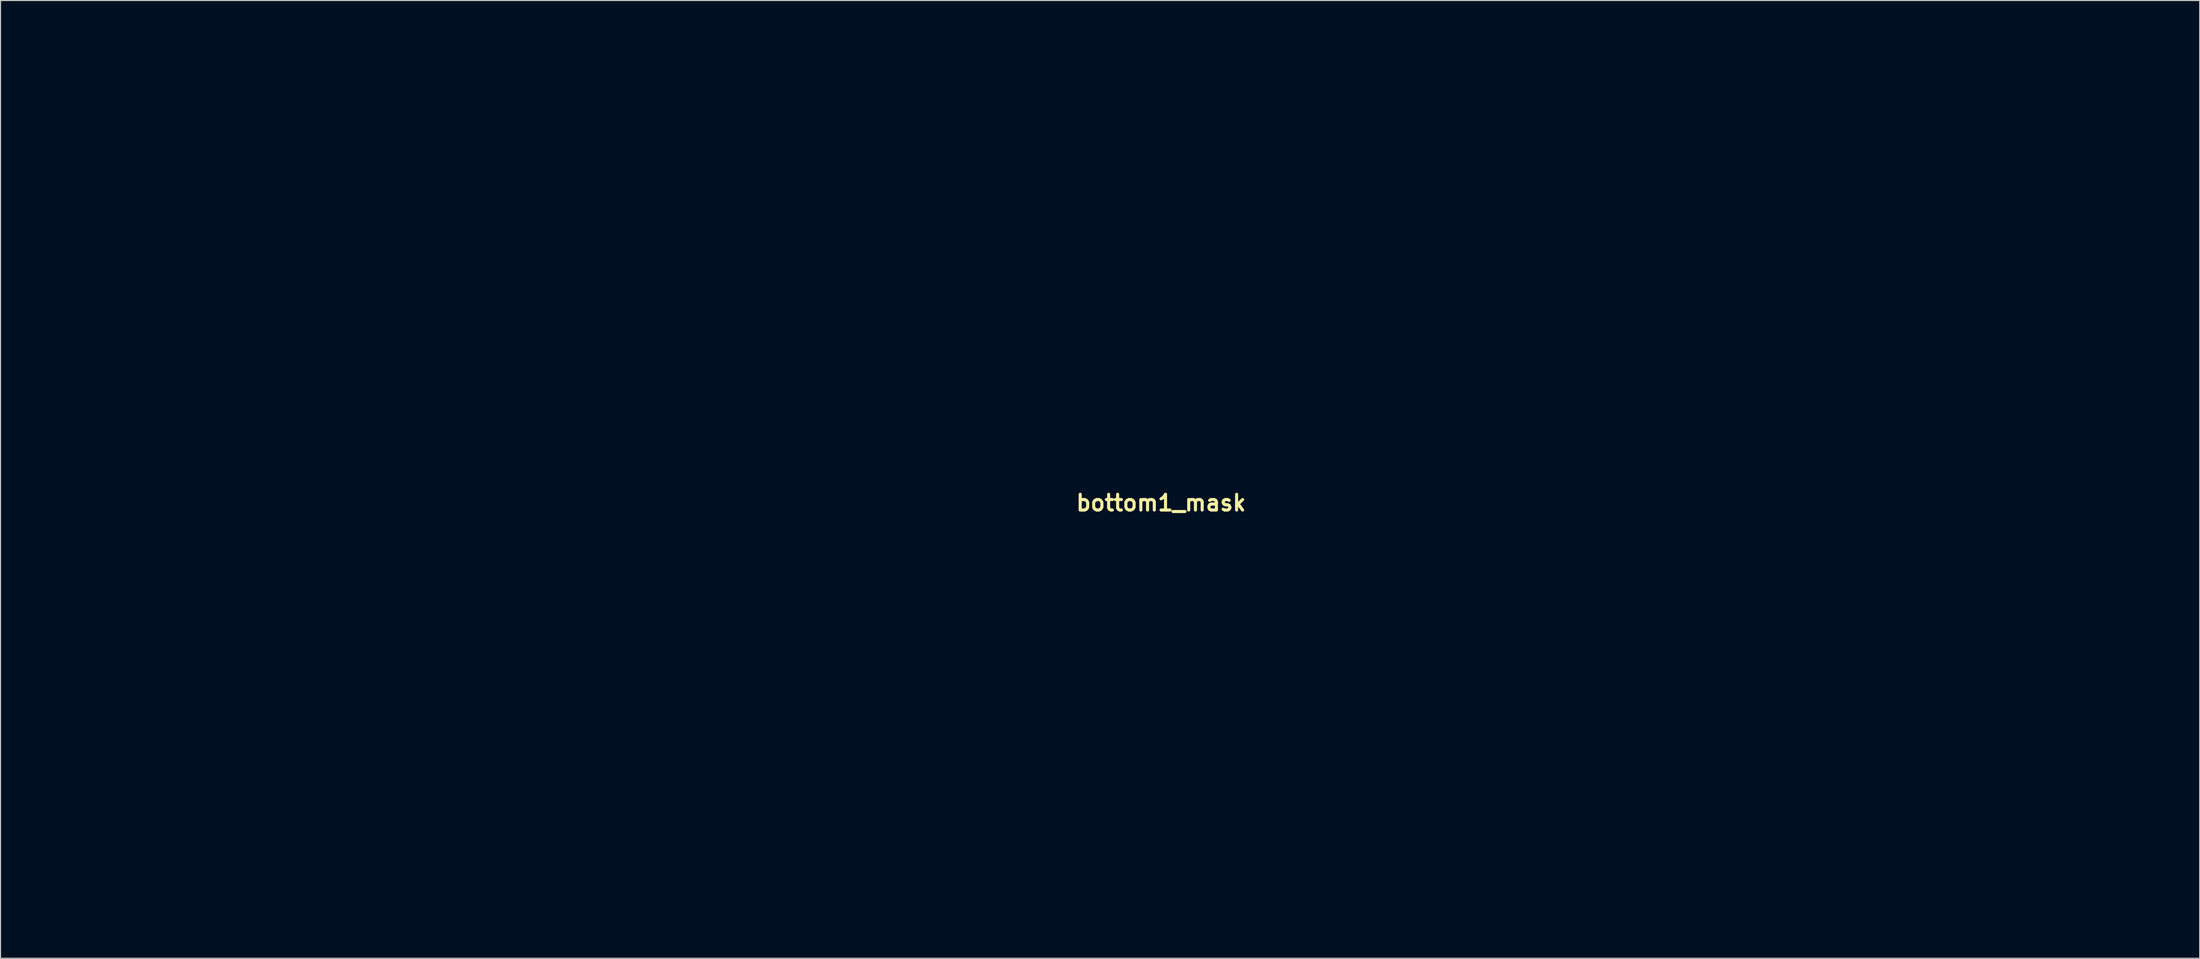
<source format=kicad_pcb>
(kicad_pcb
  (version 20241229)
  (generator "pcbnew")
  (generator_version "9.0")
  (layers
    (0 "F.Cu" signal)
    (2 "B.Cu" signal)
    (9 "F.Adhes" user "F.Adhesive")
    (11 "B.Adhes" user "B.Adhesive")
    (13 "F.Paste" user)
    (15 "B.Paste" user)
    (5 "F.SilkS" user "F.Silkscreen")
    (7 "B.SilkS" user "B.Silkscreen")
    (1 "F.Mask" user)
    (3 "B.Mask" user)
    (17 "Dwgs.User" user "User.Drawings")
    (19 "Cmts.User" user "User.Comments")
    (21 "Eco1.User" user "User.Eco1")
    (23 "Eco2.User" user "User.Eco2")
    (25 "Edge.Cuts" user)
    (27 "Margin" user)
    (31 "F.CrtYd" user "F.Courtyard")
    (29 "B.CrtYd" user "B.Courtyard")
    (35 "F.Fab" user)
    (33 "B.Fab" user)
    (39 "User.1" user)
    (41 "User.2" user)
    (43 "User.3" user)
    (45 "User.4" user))
  (footprint "bottom1_mask"
    (layer "F.Cu")
    (at 109.535 45.72)
    (property "Reference" "bottom1_mask" (at 0 0 0) (layer "F.SilkS") (effects (font (size 1.524 1.524) (thickness 0.3))))
    (attr through_hole)
    (fp_poly (pts (xy -56.387 -30.156) (xy -56.016 -30.066) (xy -55.678 -29.924) (xy -55.378 -29.732) (xy -55.124 -29.494) (xy -54.92 -29.211) (xy -54.919 -29.209) (xy -54.803 -28.944) (xy -54.734 -28.643) (xy -54.715 -28.325) (xy -54.747 -28.01) (xy -54.781 -27.869) (xy -54.829 -27.714) (xy -54.903 -27.503) (xy -55 -27.242) (xy -55.115 -26.94) (xy -55.246 -26.605) (xy -55.391 -26.243) (xy -55.545 -25.863) (xy -55.706 -25.472) (xy -55.87 -25.078) (xy -56.035 -24.689) (xy -56.197 -24.313) (xy -56.354 -23.957) (xy -56.355 -23.956) (xy -56.444 -23.755) (xy -56.536 -23.552) (xy -56.63 -23.346) (xy -56.728 -23.132) (xy -56.832 -22.908) (xy -56.943 -22.672) (xy -57.063 -22.421) (xy -57.192 -22.152) (xy -57.331 -21.861) (xy -57.484 -21.548) (xy -57.649 -21.208) (xy -57.83 -20.839) (xy -58.028 -20.438) (xy -58.243 -20.003) (xy -58.477 -19.53) (xy -58.731 -19.018) (xy -59.007 -18.462) (xy -59.307 -17.862) (xy -59.63 -17.213) (xy -59.98 -16.512) (xy -60.357 -15.759) (xy -60.762 -14.948) (xy -61.197 -14.078) (xy -61.366 -13.741) (xy -61.804 -12.867) (xy -62.212 -12.052) (xy -62.592 -11.293) (xy -62.945 -10.586) (xy -63.274 -9.927) (xy -63.581 -9.313) (xy -63.867 -8.741) (xy -64.134 -8.205) (xy -64.383 -7.703) (xy -64.617 -7.231) (xy -64.838 -6.786) (xy -65.046 -6.363) (xy -65.244 -5.959) (xy -65.435 -5.57) (xy -65.618 -5.193) (xy -65.797 -4.824) (xy -65.973 -4.459) (xy -66.148 -4.094) (xy -66.324 -3.727) (xy -66.502 -3.352) (xy -66.684 -2.967) (xy -66.873 -2.568) (xy -67.069 -2.151) (xy -67.275 -1.713) (xy -67.492 -1.249) (xy -67.722 -0.756) (xy -67.968 -0.231) (xy -68.23 0.33) (xy -68.511 0.932) (xy -68.57 1.058) (xy -69.577 3.219) (xy -70.552 5.32) (xy -71.495 7.36) (xy -72.406 9.343) (xy -73.287 11.269) (xy -74.138 13.139) (xy -74.96 14.955) (xy -75.753 16.719) (xy -76.517 18.432) (xy -77.254 20.094) (xy -77.965 21.709) (xy -78.649 23.276) (xy -79.307 24.797) (xy -79.596 25.471) (xy -79.793 25.933) (xy -79.982 26.381) (xy -80.162 26.82) (xy -80.338 27.253) (xy -80.509 27.686) (xy -80.678 28.124) (xy -80.845 28.57) (xy -81.014 29.03) (xy -81.186 29.508) (xy -81.361 30.01) (xy -81.543 30.538) (xy -81.731 31.099) (xy -81.929 31.697) (xy -82.137 32.337) (xy -82.358 33.022) (xy -82.593 33.759) (xy -82.843 34.551) (xy -83.111 35.403) (xy -83.287 35.966) (xy -83.513 36.688) (xy -83.718 37.342) (xy -83.904 37.93) (xy -84.069 38.45) (xy -84.214 38.903) (xy -84.339 39.289) (xy -84.443 39.607) (xy -84.527 39.858) (xy -84.591 40.041) (xy -84.63 40.146) (xy -84.777 40.455) (xy -84.95 40.711) (xy -85.144 40.911) (xy -85.354 41.048) (xy -85.434 41.081) (xy -85.591 41.119) (xy -85.795 41.144) (xy -86.026 41.154) (xy -86.26 41.149) (xy -86.478 41.128) (xy -86.536 41.119) (xy -86.828 41.061) (xy -87.075 40.997) (xy -87.301 40.919) (xy -87.533 40.82) (xy -87.626 40.776) (xy -87.802 40.687) (xy -87.94 40.605) (xy -88.063 40.513) (xy -88.195 40.396) (xy -88.301 40.293) (xy -88.451 40.139) (xy -88.562 40.009) (xy -88.648 39.883) (xy -88.727 39.741) (xy -88.753 39.688) (xy -88.91 39.29) (xy -89.003 38.886) (xy -89.031 38.485) (xy -88.996 38.093) (xy -88.897 37.716) (xy -88.734 37.362) (xy -88.715 37.33) (xy -88.546 37.09) (xy -88.329 36.848) (xy -88.081 36.624) (xy -87.982 36.547) (xy -87.86 36.449) (xy -87.753 36.351) (xy -87.681 36.27) (xy -87.67 36.255) (xy -87.643 36.194) (xy -87.6 36.074) (xy -87.542 35.905) (xy -87.474 35.696) (xy -87.398 35.456) (xy -87.318 35.195) (xy -87.279 35.066) (xy -86.896 33.814) (xy -86.496 32.559) (xy -86.076 31.297) (xy -85.635 30.024) (xy -85.172 28.735) (xy -84.684 27.426) (xy -84.171 26.092) (xy -83.63 24.729) (xy -83.059 23.333) (xy -82.457 21.9) (xy -81.822 20.424) (xy -81.153 18.901) (xy -80.447 17.327) (xy -79.922 16.175) (xy -79.587 15.447) (xy -79.221 14.659) (xy -78.826 13.81) (xy -78.401 12.904) (xy -77.948 11.942) (xy -77.467 10.926) (xy -76.959 9.858) (xy -76.426 8.739) (xy -75.868 7.571) (xy -75.286 6.356) (xy -74.681 5.096) (xy -74.053 3.792) (xy -73.404 2.446) (xy -72.734 1.061) (xy -72.044 -0.363) (xy -71.336 -1.824) (xy -70.609 -3.319) (xy -69.865 -4.846) (xy -69.105 -6.405) (xy -68.329 -7.994) (xy -67.539 -9.61) (xy -66.734 -11.252) (xy -65.917 -12.918) (xy -65.114 -14.552) (xy -64.697 -15.4) (xy -64.309 -16.189) (xy -63.948 -16.922) (xy -63.613 -17.602) (xy -63.302 -18.234) (xy -63.013 -18.821) (xy -62.744 -19.367) (xy -62.493 -19.875) (xy -62.259 -20.349) (xy -62.039 -20.793) (xy -61.832 -21.211) (xy -61.637 -21.605) (xy -61.45 -21.981) (xy -61.271 -22.341) (xy -61.097 -22.69) (xy -60.927 -23.03) (xy -60.759 -23.366) (xy -60.717 -23.451) (xy -60.419 -24.048) (xy -60.152 -24.588) (xy -59.914 -25.078) (xy -59.7 -25.524) (xy -59.51 -25.931) (xy -59.34 -26.305) (xy -59.188 -26.653) (xy -59.051 -26.98) (xy -58.928 -27.292) (xy -58.814 -27.595) (xy -58.708 -27.895) (xy -58.608 -28.198) (xy -58.51 -28.51) (xy -58.42 -28.811) (xy -58.328 -29.106) (xy -58.241 -29.342) (xy -58.154 -29.531) (xy -58.062 -29.684) (xy -57.959 -29.812) (xy -57.926 -29.846) (xy -57.774 -29.98) (xy -57.616 -30.072) (xy -57.43 -30.133) (xy -57.206 -30.17) (xy -56.786 -30.191) (xy -56.387 -30.156)) (stroke (width 0.01) (type solid)) (fill yes) (layer "F.Mask"))
    (fp_poly (pts (xy 4.572 -45.715) (xy 5.115 -45.71) (xy 5.471 -45.705) (xy 5.767 -45.698) (xy 6.014 -45.689) (xy 6.221 -45.675) (xy 6.398 -45.657) (xy 6.558 -45.631) (xy 6.709 -45.598) (xy 6.862 -45.555) (xy 7.028 -45.502) (xy 7.214 -45.437) (xy 7.569 -45.296) (xy 7.859 -45.143) (xy 8.091 -44.974) (xy 8.271 -44.785) (xy 8.38 -44.621) (xy 8.435 -44.513) (xy 8.466 -44.417) (xy 8.48 -44.307) (xy 8.484 -44.154) (xy 8.484 -44.15) (xy 8.461 -43.899) (xy 8.39 -43.687) (xy 8.262 -43.495) (xy 8.121 -43.353) (xy 7.959 -43.224) (xy 7.742 -43.078) (xy 7.479 -42.918) (xy 7.18 -42.749) (xy 6.854 -42.576) (xy 6.51 -42.402) (xy 6.157 -42.232) (xy 5.804 -42.07) (xy 5.46 -41.921) (xy 5.136 -41.79) (xy 4.839 -41.679) (xy 4.579 -41.595) (xy 4.365 -41.54) (xy 4.274 -41.525) (xy 3.907 -41.515) (xy 3.541 -41.576) (xy 3.176 -41.707) (xy 2.81 -41.909) (xy 2.446 -42.181) (xy 2.319 -42.292) (xy 2.127 -42.459) (xy 1.966 -42.582) (xy 1.82 -42.67) (xy 1.675 -42.733) (xy 1.662 -42.738) (xy 1.636 -42.746) (xy 1.604 -42.753) (xy 1.562 -42.757) (xy 1.508 -42.76) (xy 1.436 -42.759) (xy 1.344 -42.757) (xy 1.226 -42.75) (xy 1.078 -42.741) (xy 0.898 -42.727) (xy 0.68 -42.71) (xy 0.421 -42.688) (xy 0.116 -42.662) (xy -0.238 -42.631) (xy -0.645 -42.594) (xy -1.11 -42.552) (xy -1.636 -42.504) (xy -2.227 -42.45) (xy -2.359 -42.438) (xy -3.687 -42.316) (xy -4.947 -42.2) (xy -6.146 -42.088) (xy -7.286 -41.98) (xy -8.371 -41.877) (xy -9.406 -41.776) (xy -10.394 -41.678) (xy -11.34 -41.583) (xy -12.246 -41.489) (xy -13.118 -41.397) (xy -13.959 -41.305) (xy -14.772 -41.214) (xy -15.563 -41.122) (xy -16.335 -41.03) (xy -17.091 -40.936) (xy -17.837 -40.841) (xy -18.575 -40.744) (xy -19.309 -40.644) (xy -20.045 -40.541) (xy -20.784 -40.434) (xy -21.533 -40.323) (xy -22.294 -40.207) (xy -23.071 -40.086) (xy -23.868 -39.959) (xy -24.69 -39.827) (xy -25.539 -39.687) (xy -26.421 -39.541) (xy -27.339 -39.386) (xy -28.297 -39.224) (xy -29.299 -39.053) (xy -29.414 -39.034) (xy -31.173 -38.73) (xy -32.992 -38.411) (xy -34.862 -38.078) (xy -36.774 -37.733) (xy -38.72 -37.377) (xy -40.692 -37.013) (xy -42.679 -36.641) (xy -44.675 -36.264) (xy -46.67 -35.883) (xy -48.656 -35.499) (xy -50.623 -35.115) (xy -52.564 -34.732) (xy -54.469 -34.351) (xy -56.331 -33.975) (xy -58.139 -33.605) (xy -58.579 -33.514) (xy -59.542 -33.313) (xy -60.572 -33.097) (xy -61.666 -32.864) (xy -62.822 -32.617) (xy -64.038 -32.354) (xy -65.313 -32.078) (xy -66.642 -31.787) (xy -68.026 -31.484) (xy -69.461 -31.167) (xy -70.945 -30.838) (xy -72.477 -30.498) (xy -74.053 -30.145) (xy -75.673 -29.782) (xy -77.333 -29.409) (xy -79.032 -29.025) (xy -80.768 -28.632) (xy -82.538 -28.23) (xy -84.34 -27.82) (xy -86.172 -27.401) (xy -88.033 -26.975) (xy -89.919 -26.541) (xy -91.112 -26.267) (xy -92.24 -26.007) (xy -93.301 -25.763) (xy -94.298 -25.534) (xy -95.231 -25.32) (xy -96.103 -25.121) (xy -96.915 -24.935) (xy -97.671 -24.764) (xy -98.371 -24.605) (xy -99.017 -24.459) (xy -99.612 -24.326) (xy -100.157 -24.204) (xy -100.654 -24.094) (xy -101.105 -23.995) (xy -101.512 -23.907) (xy -101.877 -23.829) (xy -102.201 -23.761) (xy -102.487 -23.702) (xy -102.736 -23.652) (xy -102.951 -23.61) (xy -103.133 -23.577) (xy -103.217 -23.563) (xy -103.407 -23.532) (xy -103.621 -23.5) (xy -103.864 -23.467) (xy -104.141 -23.432) (xy -104.458 -23.393) (xy -104.819 -23.352) (xy -105.231 -23.306) (xy -105.699 -23.255) (xy -106.229 -23.199) (xy -106.597 -23.16) (xy -106.901 -23.129) (xy -107.146 -23.105) (xy -107.341 -23.089) (xy -107.496 -23.081) (xy -107.621 -23.081) (xy -107.727 -23.088) (xy -107.824 -23.103) (xy -107.921 -23.126) (xy -108.03 -23.156) (xy -108.049 -23.162) (xy -108.429 -23.3) (xy -108.764 -23.473) (xy -109.049 -23.677) (xy -109.276 -23.908) (xy -109.442 -24.163) (xy -109.458 -24.196) (xy -109.524 -24.417) (xy -109.53 -24.654) (xy -109.48 -24.893) (xy -109.38 -25.123) (xy -109.232 -25.33) (xy -109.043 -25.501) (xy -108.955 -25.559) (xy -108.762 -25.65) (xy -108.519 -25.725) (xy -108.221 -25.787) (xy -107.861 -25.835) (xy -107.798 -25.842) (xy -107.51 -25.871) (xy -107.284 -25.894) (xy -107.113 -25.91) (xy -106.989 -25.921) (xy -106.903 -25.926) (xy -106.849 -25.926) (xy -106.817 -25.922) (xy -106.8 -25.914) (xy -106.791 -25.902) (xy -106.788 -25.898) (xy -106.762 -25.895) (xy -106.693 -25.904) (xy -106.578 -25.925) (xy -106.414 -25.959) (xy -106.2 -26.007) (xy -105.93 -26.07) (xy -105.605 -26.148) (xy -105.219 -26.241) (xy -104.771 -26.351) (xy -104.258 -26.478) (xy -104.19 -26.494) (xy -103.44 -26.68) (xy -102.746 -26.852) (xy -102.101 -27.01) (xy -101.496 -27.158) (xy -100.925 -27.297) (xy -100.378 -27.429) (xy -99.847 -27.556) (xy -99.326 -27.68) (xy -98.805 -27.803) (xy -98.277 -27.926) (xy -97.734 -28.051) (xy -97.168 -28.18) (xy -96.571 -28.316) (xy -95.934 -28.46) (xy -95.251 -28.613) (xy -94.512 -28.779) (xy -93.927 -28.909) (xy -93.326 -29.044) (xy -92.764 -29.169) (xy -92.236 -29.287) (xy -91.736 -29.399) (xy -91.26 -29.506) (xy -90.802 -29.609) (xy -90.358 -29.709) (xy -89.922 -29.807) (xy -89.49 -29.905) (xy -89.055 -30.004) (xy -88.614 -30.104) (xy -88.161 -30.207) (xy -87.691 -30.315) (xy -87.199 -30.427) (xy -86.679 -30.546) (xy -86.127 -30.673) (xy -85.538 -30.809) (xy -84.907 -30.954) (xy -84.228 -31.11) (xy -83.497 -31.279) (xy -82.708 -31.461) (xy -81.856 -31.658) (xy -81.686 -31.697) (xy -80.274 -32.023) (xy -78.928 -32.333) (xy -77.644 -32.628) (xy -76.42 -32.91) (xy -75.251 -33.178) (xy -74.136 -33.433) (xy -73.07 -33.677) (xy -72.05 -33.909) (xy -71.074 -34.131) (xy -70.139 -34.342) (xy -69.24 -34.545) (xy -68.375 -34.739) (xy -67.541 -34.925) (xy -66.735 -35.104) (xy -65.953 -35.276) (xy -65.192 -35.443) (xy -64.449 -35.605) (xy -63.721 -35.762) (xy -63.005 -35.916) (xy -62.297 -36.067) (xy -61.595 -36.215) (xy -60.895 -36.362) (xy -60.195 -36.508) (xy -59.49 -36.653) (xy -58.778 -36.8) (xy -58.055 -36.947) (xy -57.319 -37.096) (xy -56.567 -37.248) (xy -55.794 -37.403) (xy -54.999 -37.562) (xy -54.177 -37.725) (xy -53.463 -37.867) (xy -52.592 -38.038) (xy -51.656 -38.219) (xy -50.66 -38.408) (xy -49.609 -38.606) (xy -48.509 -38.811) (xy -47.363 -39.021) (xy -46.179 -39.238) (xy -44.959 -39.458) (xy -43.71 -39.683) (xy -42.436 -39.91) (xy -41.143 -40.139) (xy -39.834 -40.369) (xy -38.517 -40.599) (xy -37.194 -40.829) (xy -35.872 -41.056) (xy -34.556 -41.282) (xy -33.25 -41.504) (xy -31.959 -41.722) (xy -30.689 -41.934) (xy -29.444 -42.141) (xy -28.229 -42.341) (xy -27.051 -42.534) (xy -25.912 -42.718) (xy -24.819 -42.892) (xy -23.777 -43.056) (xy -22.79 -43.209) (xy -21.864 -43.35) (xy -21.608 -43.389) (xy -19.548 -43.69) (xy -17.532 -43.972) (xy -15.561 -44.234) (xy -13.638 -44.476) (xy -11.765 -44.697) (xy -9.945 -44.898) (xy -8.181 -45.077) (xy -6.475 -45.235) (xy -4.83 -45.372) (xy -3.248 -45.487) (xy -2.663 -45.525) (xy -2.127 -45.555) (xy -1.531 -45.584) (xy -0.887 -45.611) (xy -0.208 -45.635) (xy 0.495 -45.657) (xy 1.211 -45.676) (xy 1.927 -45.691) (xy 2.633 -45.703) (xy 3.317 -45.711) (xy 3.967 -45.715) (xy 4.572 -45.715)) (stroke (width 0.01) (type solid)) (fill yes) (layer "F.Mask"))
    (fp_poly (pts (xy -3.211 -8.61) (xy -2.906 -8.572) (xy -2.84 -8.558) (xy -2.635 -8.505) (xy -2.404 -8.433) (xy -2.159 -8.349) (xy -1.913 -8.257) (xy -1.678 -8.162) (xy -1.466 -8.069) (xy -1.291 -7.984) (xy -1.164 -7.909) (xy -1.117 -7.874) (xy -1.051 -7.792) (xy -0.975 -7.662) (xy -0.9 -7.506) (xy -0.837 -7.344) (xy -0.824 -7.306) (xy -0.799 -7.197) (xy -0.775 -7.044) (xy -0.757 -6.873) (xy -0.752 -6.802) (xy -0.731 -6.461) (xy -0.924 -6.268) (xy -1.042 -6.16) (xy -1.167 -6.063) (xy -1.272 -5.996) (xy -1.273 -5.996) (xy -1.332 -5.967) (xy -1.385 -5.947) (xy -1.445 -5.935) (xy -1.525 -5.931) (xy -1.636 -5.934) (xy -1.792 -5.944) (xy -2.005 -5.961) (xy -2.02 -5.962) (xy -2.622 -5.987) (xy -3.21 -5.967) (xy -3.79 -5.9) (xy -4.369 -5.784) (xy -4.951 -5.617) (xy -5.543 -5.398) (xy -6.149 -5.125) (xy -6.776 -4.796) (xy -7.429 -4.409) (xy -7.938 -4.082) (xy -8.08 -3.986) (xy -8.268 -3.856) (xy -8.494 -3.699) (xy -8.745 -3.523) (xy -9.013 -3.334) (xy -9.285 -3.141) (xy -9.507 -2.982) (xy -9.818 -2.76) (xy -10.169 -2.51) (xy -10.54 -2.245) (xy -10.915 -1.977) (xy -11.274 -1.721) (xy -11.6 -1.489) (xy -11.697 -1.421) (xy -12.384 -0.928) (xy -13.017 -0.466) (xy -13.602 -0.031) (xy -14.145 0.383) (xy -14.652 0.781) (xy -15.13 1.167) (xy -15.584 1.547) (xy -16.021 1.925) (xy -16.447 2.307) (xy -16.836 2.667) (xy -17.266 3.084) (xy -17.731 3.556) (xy -18.225 4.081) (xy -18.745 4.653) (xy -19.288 5.269) (xy -19.85 5.925) (xy -20.428 6.617) (xy -21.018 7.34) (xy -21.397 7.814) (xy -21.556 8.015) (xy -21.741 8.251) (xy -21.949 8.517) (xy -22.176 8.809) (xy -22.418 9.121) (xy -22.671 9.449) (xy -22.932 9.786) (xy -23.195 10.128) (xy -23.458 10.47) (xy -23.716 10.806) (xy -23.965 11.132) (xy -24.202 11.442) (xy -24.422 11.731) (xy -24.622 11.994) (xy -24.797 12.226) (xy -24.944 12.422) (xy -25.059 12.577) (xy -25.138 12.685) (xy -25.172 12.734) (xy -25.3 12.946) (xy -25.44 13.207) (xy -25.595 13.521) (xy -25.767 13.893) (xy -25.958 14.328) (xy -25.959 14.33) (xy -26.089 14.628) (xy -26.196 14.87) (xy -26.286 15.062) (xy -26.361 15.213) (xy -26.427 15.332) (xy -26.488 15.425) (xy -26.547 15.502) (xy -26.61 15.57) (xy -26.616 15.576) (xy -26.852 15.764) (xy -27.125 15.899) (xy -27.426 15.982) (xy -27.746 16.015) (xy -28.075 15.997) (xy -28.405 15.929) (xy -28.725 15.812) (xy -29.027 15.646) (xy -29.302 15.433) (xy -29.356 15.381) (xy -29.481 15.25) (xy -29.564 15.144) (xy -29.618 15.042) (xy -29.647 14.959) (xy -29.699 14.661) (xy -29.682 14.35) (xy -29.65 14.201) (xy -29.626 14.133) (xy -29.574 14.008) (xy -29.498 13.831) (xy -29.399 13.608) (xy -29.281 13.345) (xy -29.147 13.048) (xy -28.998 12.723) (xy -28.838 12.376) (xy -28.669 12.013) (xy -28.613 11.892) (xy -28.189 10.987) (xy -27.796 10.145) (xy -27.433 9.365) (xy -27.099 8.646) (xy -26.793 7.989) (xy -26.517 7.391) (xy -26.268 6.853) (xy -26.048 6.373) (xy -25.855 5.951) (xy -25.689 5.586) (xy -25.55 5.277) (xy -25.438 5.023) (xy -25.352 4.825) (xy -25.291 4.68) (xy -25.257 4.589) (xy -25.248 4.56) (xy -25.229 4.43) (xy -25.235 4.353) (xy -25.243 4.341) (xy -25.279 4.354) (xy -25.362 4.414) (xy -25.489 4.521) (xy -25.656 4.671) (xy -25.862 4.862) (xy -25.894 4.893) (xy -26.633 5.581) (xy -27.421 6.295) (xy -28.247 7.025) (xy -29.101 7.761) (xy -29.969 8.494) (xy -30.841 9.213) (xy -31.706 9.909) (xy -32.552 10.573) (xy -33.196 11.066) (xy -33.614 11.378) (xy -34.053 11.701) (xy -34.507 12.03) (xy -34.967 12.358) (xy -35.426 12.681) (xy -35.877 12.995) (xy -36.312 13.292) (xy -36.724 13.569) (xy -37.104 13.82) (xy -37.447 14.04) (xy -37.743 14.223) (xy -37.819 14.269) (xy -38.605 14.698) (xy -39.408 15.061) (xy -40.232 15.36) (xy -41.085 15.597) (xy -41.97 15.774) (xy -42.298 15.823) (xy -42.594 15.855) (xy -42.933 15.88) (xy -43.304 15.895) (xy -43.694 15.903) (xy -44.089 15.902) (xy -44.478 15.894) (xy -44.846 15.878) (xy -45.183 15.854) (xy -45.473 15.822) (xy -45.694 15.786) (xy -46.246 15.637) (xy -46.767 15.427) (xy -47.252 15.159) (xy -47.698 14.836) (xy -48.101 14.462) (xy -48.456 14.039) (xy -48.759 13.57) (xy -48.874 13.353) (xy -49.044 12.976) (xy -49.172 12.612) (xy -49.267 12.23) (xy -49.301 12.047) (xy -49.32 11.932) (xy -49.333 11.817) (xy -49.343 11.693) (xy -49.348 11.548) (xy -49.35 11.371) (xy -49.348 11.152) (xy -49.344 10.88) (xy -49.339 10.677) (xy -49.317 9.66) (xy -49.507 9.866) (xy -49.559 9.924) (xy -49.617 9.988) (xy -49.682 10.064) (xy -49.758 10.153) (xy -49.849 10.261) (xy -49.958 10.392) (xy -50.087 10.549) (xy -50.241 10.737) (xy -50.423 10.96) (xy -50.635 11.221) (xy -50.882 11.525) (xy -51.166 11.876) (xy -51.491 12.278) (xy -51.505 12.294) (xy -52.095 13.021) (xy -52.644 13.69) (xy -53.153 14.303) (xy -53.621 14.861) (xy -54.049 15.363) (xy -54.437 15.81) (xy -54.787 16.203) (xy -55.097 16.541) (xy -55.368 16.826) (xy -55.602 17.057) (xy -55.635 17.089) (xy -56.045 17.442) (xy -56.517 17.789) (xy -57.04 18.122) (xy -57.606 18.436) (xy -58.204 18.725) (xy -58.453 18.833) (xy -58.76 18.958) (xy -59.024 19.052) (xy -59.265 19.12) (xy -59.502 19.166) (xy -59.754 19.194) (xy -60.04 19.209) (xy -60.166 19.212) (xy -60.478 19.214) (xy -60.725 19.207) (xy -60.913 19.19) (xy -60.995 19.176) (xy -61.483 19.039) (xy -61.943 18.84) (xy -62.37 18.585) (xy -62.758 18.276) (xy -63.101 17.919) (xy -63.394 17.518) (xy -63.627 17.087) (xy -63.75 16.791) (xy -63.844 16.497) (xy -63.913 16.19) (xy -63.96 15.857) (xy -63.986 15.484) (xy -63.988 15.342) (xy -60.542 15.342) (xy -60.538 15.498) (xy -60.527 15.685) (xy -60.509 15.892) (xy -60.487 16.107) (xy -60.461 16.32) (xy -60.434 16.517) (xy -60.406 16.689) (xy -60.379 16.823) (xy -60.355 16.908) (xy -60.337 16.933) (xy -60.296 16.914) (xy -60.207 16.862) (xy -60.078 16.782) (xy -59.92 16.68) (xy -59.742 16.562) (xy -59.719 16.547) (xy -59.129 16.133) (xy -58.581 15.707) (xy -58.057 15.255) (xy -57.538 14.761) (xy -57.286 14.505) (xy -57.146 14.359) (xy -57.012 14.216) (xy -56.88 14.074) (xy -56.749 13.928) (xy -56.616 13.775) (xy -56.477 13.612) (xy -56.33 13.435) (xy -56.173 13.24) (xy -56.002 13.024) (xy -55.815 12.784) (xy -55.608 12.515) (xy -55.38 12.215) (xy -55.128 11.88) (xy -54.848 11.507) (xy -54.538 11.091) (xy -54.196 10.63) (xy -53.818 10.12) (xy -53.402 9.558) (xy -53.287 9.402) (xy -53.004 9.019) (xy -52.707 8.618) (xy -52.402 8.207) (xy -52.097 7.796) (xy -51.798 7.394) (xy -51.513 7.01) (xy -51.247 6.655) (xy -51.009 6.336) (xy -50.805 6.063) (xy -50.782 6.032) (xy -50.424 5.555) (xy -50.103 5.129) (xy -49.815 4.748) (xy -49.554 4.405) (xy -49.317 4.097) (xy -49.098 3.816) (xy -48.893 3.558) (xy -48.696 3.315) (xy -48.504 3.083) (xy -48.31 2.856) (xy -48.112 2.628) (xy -47.903 2.393) (xy -47.679 2.145) (xy -47.436 1.879) (xy -47.168 1.589) (xy -46.871 1.269) (xy -46.724 1.111) (xy -46.521 0.893) (xy -46.33 0.687) (xy -46.157 0.499) (xy -46.007 0.336) (xy -45.888 0.206) (xy -45.806 0.115) (xy -45.769 0.074) (xy -45.669 -0.047) (xy -45.809 -0.026) (xy -45.895 -0.013) (xy -46.032 0.011) (xy -46.206 0.042) (xy -46.397 0.077) (xy -46.458 0.089) (xy -46.697 0.131) (xy -46.885 0.156) (xy -47.038 0.167) (xy -47.173 0.165) (xy -47.217 0.162) (xy -47.575 0.134) (xy -47.875 0.119) (xy -48.128 0.116) (xy -48.345 0.127) (xy -48.538 0.155) (xy -48.717 0.199) (xy -48.893 0.261) (xy -49.079 0.342) (xy -49.139 0.371) (xy -49.422 0.519) (xy -49.747 0.708) (xy -50.107 0.933) (xy -50.492 1.186) (xy -50.893 1.462) (xy -51.302 1.755) (xy -51.708 2.058) (xy -52.103 2.365) (xy -52.317 2.537) (xy -53.128 3.232) (xy -53.931 3.988) (xy -54.717 4.793) (xy -55.476 5.637) (xy -56.199 6.51) (xy -56.867 7.391) (xy -57.091 7.707) (xy -57.34 8.068) (xy -57.603 8.461) (xy -57.875 8.874) (xy -58.148 9.297) (xy -58.414 9.716) (xy -58.664 10.12) (xy -58.893 10.497) (xy -59.091 10.835) (xy -59.179 10.989) (xy -59.556 11.709) (xy -59.874 12.412) (xy -60.13 13.096) (xy -60.326 13.759) (xy -60.459 14.397) (xy -60.53 15.01) (xy -60.542 15.342) (xy -63.988 15.342) (xy -63.994 15.056) (xy -63.994 15.05) (xy -63.981 14.443) (xy -63.939 13.885) (xy -63.865 13.362) (xy -63.755 12.858) (xy -63.607 12.357) (xy -63.417 11.842) (xy -63.21 11.36) (xy -62.578 10.043) (xy -61.911 8.786) (xy -61.208 7.589) (xy -60.468 6.451) (xy -59.69 5.372) (xy -58.875 4.35) (xy -58.021 3.386) (xy -57.127 2.477) (xy -56.194 1.624) (xy -55.22 0.826) (xy -54.205 0.081) (xy -53.148 -0.61) (xy -52.723 -0.866) (xy -52.455 -1.019) (xy -52.149 -1.187) (xy -51.818 -1.361) (xy -51.476 -1.537) (xy -51.135 -1.708) (xy -50.808 -1.866) (xy -50.507 -2.006) (xy -50.247 -2.121) (xy -50.106 -2.179) (xy -49.625 -2.352) (xy -49.182 -2.477) (xy -48.767 -2.554) (xy -48.368 -2.586) (xy -47.975 -2.574) (xy -47.933 -2.571) (xy -47.599 -2.52) (xy -47.265 -2.431) (xy -46.941 -2.312) (xy -46.636 -2.166) (xy -46.359 -1.998) (xy -46.119 -1.816) (xy -45.925 -1.622) (xy -45.788 -1.424) (xy -45.736 -1.305) (xy -45.691 -1.098) (xy -45.676 -0.86) (xy -45.693 -0.624) (xy -45.729 -0.458) (xy -45.758 -0.329) (xy -45.752 -0.226) (xy -45.741 -0.186) (xy -45.702 -0.074) (xy -45.37 -0.593) (xy -45.118 -0.983) (xy -44.87 -1.366) (xy -44.627 -1.735) (xy -44.394 -2.088) (xy -44.173 -2.417) (xy -43.968 -2.72) (xy -43.783 -2.991) (xy -43.619 -3.225) (xy -43.482 -3.418) (xy -43.373 -3.564) (xy -43.297 -3.659) (xy -43.263 -3.694) (xy -42.99 -3.866) (xy -42.677 -3.989) (xy -42.337 -4.062) (xy -41.98 -4.087) (xy -41.617 -4.062) (xy -41.261 -3.988) (xy -40.922 -3.865) (xy -40.611 -3.693) (xy -40.597 -3.684) (xy -40.379 -3.514) (xy -40.215 -3.334) (xy -40.088 -3.126) (xy -40.066 -3.081) (xy -40.004 -2.876) (xy -39.983 -2.634) (xy -40.003 -2.373) (xy -40.062 -2.113) (xy -40.1 -2.004) (xy -40.172 -1.845) (xy -40.28 -1.637) (xy -40.421 -1.385) (xy -40.588 -1.098) (xy -40.778 -0.784) (xy -40.987 -0.449) (xy -41.208 -0.101) (xy -41.439 0.253) (xy -41.674 0.606) (xy -41.908 0.949) (xy -42.138 1.276) (xy -42.293 1.491) (xy -42.858 2.301) (xy -43.37 3.11) (xy -43.83 3.925) (xy -44.242 4.754) (xy -44.61 5.604) (xy -44.937 6.485) (xy -45.225 7.402) (xy -45.478 8.365) (xy -45.7 9.382) (xy -45.813 9.984) (xy -45.864 10.33) (xy -45.899 10.677) (xy -45.915 11.013) (xy -45.913 11.323) (xy -45.893 11.593) (xy -45.854 11.81) (xy -45.852 11.818) (xy -45.715 12.21) (xy -45.527 12.561) (xy -45.295 12.869) (xy -45.024 13.128) (xy -44.719 13.335) (xy -44.386 13.487) (xy -44.029 13.579) (xy -43.655 13.608) (xy -43.346 13.583) (xy -43.163 13.55) (xy -42.986 13.506) (xy -42.801 13.445) (xy -42.597 13.363) (xy -42.36 13.256) (xy -42.078 13.118) (xy -41.996 13.077) (xy -41.331 12.731) (xy -40.635 12.348) (xy -39.902 11.928) (xy -39.132 11.469) (xy -38.319 10.968) (xy -37.462 10.423) (xy -36.558 9.833) (xy -36.142 9.557) (xy -35.652 9.227) (xy -35.18 8.901) (xy -34.721 8.574) (xy -34.273 8.244) (xy -33.832 7.909) (xy -33.394 7.564) (xy -32.957 7.207) (xy -32.517 6.835) (xy -32.07 6.444) (xy -31.614 6.032) (xy -31.144 5.595) (xy -30.657 5.131) (xy -30.151 4.637) (xy -29.621 4.108) (xy -29.065 3.543) (xy -28.478 2.938) (xy -27.858 2.29) (xy -27.202 1.596) (xy -26.504 0.853) (xy -26.087 0.406) (xy -25.797 0.095) (xy -25.486 -0.233) (xy -25.16 -0.575) (xy -24.821 -0.927) (xy -24.475 -1.284) (xy -24.125 -1.644) (xy -23.775 -2.001) (xy -23.43 -2.351) (xy -23.092 -2.692) (xy -22.767 -3.018) (xy -22.458 -3.325) (xy -22.169 -3.61) (xy -21.905 -3.869) (xy -21.669 -4.097) (xy -21.465 -4.29) (xy -21.297 -4.445) (xy -21.17 -4.557) (xy -21.086 -4.623) (xy -21.081 -4.626) (xy -20.81 -4.768) (xy -20.509 -4.862) (xy -20.193 -4.909) (xy -19.873 -4.909) (xy -19.564 -4.862) (xy -19.278 -4.769) (xy -19.028 -4.63) (xy -18.955 -4.572) (xy -18.814 -4.41) (xy -18.71 -4.197) (xy -18.644 -3.945) (xy -18.619 -3.666) (xy -18.638 -3.371) (xy -18.646 -3.319) (xy -18.756 -2.774) (xy -18.908 -2.176) (xy -19.103 -1.525) (xy -19.342 -0.818) (xy -19.624 -0.057) (xy -19.625 -0.053) (xy -19.757 0.294) (xy -19.867 0.593) (xy -19.955 0.843) (xy -20.02 1.04) (xy -20.06 1.18) (xy -20.075 1.262) (xy -20.063 1.282) (xy -20.061 1.281) (xy -20.027 1.254) (xy -19.944 1.185) (xy -19.819 1.081) (xy -19.657 0.945) (xy -19.465 0.782) (xy -19.247 0.597) (xy -19.01 0.396) (xy -18.849 0.259) (xy -18.157 -0.329) (xy -17.513 -0.872) (xy -16.913 -1.374) (xy -16.354 -1.839) (xy -15.83 -2.269) (xy -15.339 -2.667) (xy -14.875 -3.037) (xy -14.436 -3.382) (xy -14.017 -3.705) (xy -13.614 -4.009) (xy -13.222 -4.298) (xy -12.839 -4.574) (xy -12.46 -4.842) (xy -12.33 -4.932) (xy -11.597 -5.425) (xy -10.866 -5.892) (xy -10.143 -6.328) (xy -9.433 -6.731) (xy -8.742 -7.097) (xy -8.076 -7.425) (xy -7.441 -7.71) (xy -6.843 -7.949) (xy -6.315 -8.131) (xy -5.83 -8.271) (xy -5.344 -8.389) (xy -4.866 -8.484) (xy -4.404 -8.555) (xy -3.969 -8.6) (xy -3.568 -8.619) (xy -3.211 -8.61)) (stroke (width 0.01) (type solid)) (fill yes) (layer "F.Mask"))
    (fp_poly (pts (xy 16.065 -38.54) (xy 16.263 -38.511) (xy 16.292 -38.505) (xy 16.621 -38.401) (xy 16.893 -38.259) (xy 17.106 -38.082) (xy 17.259 -37.869) (xy 17.35 -37.625) (xy 17.38 -37.349) (xy 17.345 -37.045) (xy 17.34 -37.025) (xy 17.328 -36.969) (xy 17.314 -36.916) (xy 17.298 -36.86) (xy 17.275 -36.798) (xy 17.246 -36.725) (xy 17.206 -36.635) (xy 17.154 -36.525) (xy 17.087 -36.389) (xy 17.004 -36.223) (xy 16.901 -36.022) (xy 16.777 -35.782) (xy 16.629 -35.497) (xy 16.454 -35.162) (xy 16.252 -34.775) (xy 16.054 -34.396) (xy 15.887 -34.075) (xy 15.7 -33.712) (xy 15.495 -33.313) (xy 15.276 -32.884) (xy 15.047 -32.431) (xy 14.809 -31.961) (xy 14.567 -31.48) (xy 14.323 -30.995) (xy 14.08 -30.51) (xy 13.842 -30.033) (xy 13.612 -29.57) (xy 13.393 -29.127) (xy 13.187 -28.711) (xy 12.999 -28.327) (xy 12.831 -27.982) (xy 12.686 -27.682) (xy 12.567 -27.433) (xy 12.491 -27.27) (xy 12.386 -27.04) (xy 12.265 -26.772) (xy 12.13 -26.471) (xy 11.985 -26.144) (xy 11.83 -25.795) (xy 11.668 -25.429) (xy 11.503 -25.053) (xy 11.336 -24.673) (xy 11.17 -24.292) (xy 11.006 -23.918) (xy 10.848 -23.554) (xy 10.699 -23.208) (xy 10.559 -22.885) (xy 10.432 -22.589) (xy 10.32 -22.326) (xy 10.226 -22.103) (xy 10.151 -21.924) (xy 10.099 -21.795) (xy 10.071 -21.721) (xy 10.068 -21.706) (xy 10.107 -21.703) (xy 10.198 -21.71) (xy 10.324 -21.724) (xy 10.359 -21.729) (xy 10.433 -21.737) (xy 10.572 -21.752) (xy 10.772 -21.773) (xy 11.027 -21.8) (xy 11.333 -21.831) (xy 11.684 -21.867) (xy 12.077 -21.907) (xy 12.505 -21.951) (xy 12.965 -21.997) (xy 13.451 -22.046) (xy 13.959 -22.097) (xy 14.483 -22.15) (xy 15.019 -22.203) (xy 15.562 -22.257) (xy 16.106 -22.312) (xy 16.648 -22.366) (xy 17.182 -22.419) (xy 17.703 -22.47) (xy 18.206 -22.52) (xy 18.687 -22.567) (xy 19.141 -22.612) (xy 19.562 -22.653) (xy 19.946 -22.69) (xy 20.289 -22.723) (xy 20.408 -22.735) (xy 20.992 -22.79) (xy 21.511 -22.84) (xy 21.97 -22.883) (xy 22.373 -22.921) (xy 22.727 -22.954) (xy 23.035 -22.981) (xy 23.303 -23.004) (xy 23.536 -23.023) (xy 23.74 -23.038) (xy 23.918 -23.049) (xy 24.076 -23.058) (xy 24.219 -23.063) (xy 24.352 -23.066) (xy 24.48 -23.067) (xy 24.608 -23.067) (xy 24.742 -23.065) (xy 24.885 -23.062) (xy 24.941 -23.061) (xy 25.445 -23.044) (xy 25.896 -23.016) (xy 26.292 -22.978) (xy 26.627 -22.931) (xy 26.901 -22.873) (xy 27.108 -22.807) (xy 27.162 -22.783) (xy 27.368 -22.657) (xy 27.576 -22.485) (xy 27.764 -22.286) (xy 27.916 -22.08) (xy 27.977 -21.969) (xy 28.054 -21.749) (xy 28.083 -21.527) (xy 28.063 -21.321) (xy 28.032 -21.227) (xy 27.94 -21.083) (xy 27.798 -20.947) (xy 27.627 -20.837) (xy 27.587 -20.819) (xy 27.496 -20.781) (xy 27.344 -20.723) (xy 27.139 -20.646) (xy 26.887 -20.554) (xy 26.595 -20.447) (xy 26.27 -20.329) (xy 25.918 -20.202) (xy 25.546 -20.069) (xy 25.161 -19.931) (xy 24.768 -19.791) (xy 24.376 -19.651) (xy 23.989 -19.515) (xy 23.616 -19.384) (xy 23.263 -19.26) (xy 22.936 -19.146) (xy 22.642 -19.044) (xy 22.388 -18.957) (xy 22.18 -18.888) (xy 22.154 -18.879) (xy 21.867 -18.788) (xy 21.629 -18.719) (xy 21.425 -18.672) (xy 21.24 -18.642) (xy 21.057 -18.626) (xy 20.862 -18.621) (xy 20.849 -18.621) (xy 20.456 -18.65) (xy 20.102 -18.734) (xy 19.78 -18.877) (xy 19.485 -19.082) (xy 19.21 -19.352) (xy 19.083 -19.506) (xy 18.939 -19.677) (xy 18.808 -19.793) (xy 18.674 -19.862) (xy 18.521 -19.895) (xy 18.381 -19.901) (xy 18.304 -19.896) (xy 18.162 -19.884) (xy 17.961 -19.866) (xy 17.705 -19.84) (xy 17.4 -19.809) (xy 17.05 -19.772) (xy 16.662 -19.731) (xy 16.239 -19.686) (xy 15.788 -19.637) (xy 15.314 -19.585) (xy 14.821 -19.531) (xy 14.315 -19.474) (xy 13.802 -19.417) (xy 13.285 -19.358) (xy 12.771 -19.3) (xy 12.264 -19.242) (xy 11.771 -19.185) (xy 11.295 -19.129) (xy 10.842 -19.076) (xy 10.418 -19.025) (xy 10.205 -19) (xy 9.908 -18.963) (xy 9.672 -18.933) (xy 9.489 -18.907) (xy 9.348 -18.884) (xy 9.242 -18.861) (xy 9.161 -18.839) (xy 9.095 -18.814) (xy 9.037 -18.785) (xy 9.034 -18.784) (xy 8.916 -18.711) (xy 8.81 -18.632) (xy 8.768 -18.593) (xy 8.732 -18.537) (xy 8.67 -18.419) (xy 8.587 -18.245) (xy 8.483 -18.02) (xy 8.361 -17.748) (xy 8.223 -17.433) (xy 8.075 -17.089) (xy 7.745 -16.316) (xy 7.441 -15.604) (xy 7.161 -14.949) (xy 6.904 -14.347) (xy 6.668 -13.794) (xy 6.452 -13.287) (xy 6.254 -12.821) (xy 6.072 -12.392) (xy 5.904 -11.998) (xy 5.75 -11.633) (xy 5.607 -11.294) (xy 5.473 -10.978) (xy 5.347 -10.679) (xy 5.228 -10.395) (xy 5.113 -10.121) (xy 5.001 -9.853) (xy 4.972 -9.784) (xy 4.41 -8.424) (xy 3.88 -7.121) (xy 3.381 -5.871) (xy 2.912 -4.669) (xy 2.47 -3.509) (xy 2.054 -2.388) (xy 1.662 -1.301) (xy 1.293 -0.244) (xy 0.944 0.789) (xy 0.728 1.446) (xy 0.538 2.039) (xy 0.364 2.593) (xy 0.205 3.117) (xy 0.059 3.618) (xy -0.076 4.104) (xy -0.201 4.585) (xy -0.32 5.068) (xy -0.434 5.562) (xy -0.544 6.074) (xy -0.654 6.614) (xy -0.764 7.188) (xy -0.876 7.806) (xy -0.994 8.475) (xy -1.117 9.205) (xy -1.147 9.384) (xy -1.202 9.716) (xy -1.246 9.989) (xy -1.279 10.211) (xy -1.304 10.393) (xy -1.321 10.543) (xy -1.33 10.672) (xy -1.335 10.789) (xy -1.335 10.903) (xy -1.334 10.954) (xy -1.326 11.141) (xy -1.313 11.276) (xy -1.291 11.38) (xy -1.258 11.472) (xy -1.239 11.513) (xy -1.123 11.688) (xy -0.97 11.818) (xy -0.777 11.901) (xy -0.541 11.938) (xy -0.26 11.931) (xy 0.071 11.878) (xy 0.453 11.78) (xy 0.52 11.76) (xy 1.275 11.509) (xy 2.069 11.2) (xy 2.899 10.834) (xy 3.764 10.413) (xy 4.662 9.938) (xy 5.591 9.408) (xy 6.464 8.88) (xy 8.114 7.833) (xy 9.75 6.756) (xy 11.373 5.646) (xy 12.988 4.5) (xy 14.597 3.316) (xy 16.205 2.09) (xy 17.815 0.821) (xy 19.431 -0.495) (xy 21.055 -1.86) (xy 22.691 -3.278) (xy 24.344 -4.751) (xy 26.015 -6.282) (xy 27.71 -7.873) (xy 28.576 -8.701) (xy 28.882 -8.995) (xy 29.142 -9.243) (xy 29.363 -9.451) (xy 29.549 -9.623) (xy 29.706 -9.764) (xy 29.839 -9.878) (xy 29.952 -9.97) (xy 30.053 -10.044) (xy 30.145 -10.105) (xy 30.234 -10.157) (xy 30.312 -10.199) (xy 30.52 -10.293) (xy 30.72 -10.355) (xy 30.936 -10.39) (xy 31.187 -10.401) (xy 31.331 -10.4) (xy 31.508 -10.396) (xy 31.633 -10.398) (xy 31.725 -10.408) (xy 31.802 -10.43) (xy 31.884 -10.466) (xy 31.966 -10.508) (xy 32.152 -10.602) (xy 32.386 -10.717) (xy 32.657 -10.846) (xy 32.953 -10.984) (xy 33.265 -11.128) (xy 33.58 -11.272) (xy 33.889 -11.41) (xy 34.181 -11.539) (xy 34.443 -11.653) (xy 34.667 -11.747) (xy 34.84 -11.817) (xy 34.872 -11.828) (xy 35.089 -11.906) (xy 35.272 -11.963) (xy 35.439 -12.002) (xy 35.61 -12.027) (xy 35.804 -12.039) (xy 36.04 -12.044) (xy 36.177 -12.044) (xy 36.41 -12.042) (xy 36.59 -12.037) (xy 36.733 -12.027) (xy 36.858 -12.01) (xy 36.981 -11.985) (xy 37.119 -11.95) (xy 37.121 -11.95) (xy 37.468 -11.837) (xy 37.756 -11.698) (xy 37.993 -11.527) (xy 38.186 -11.317) (xy 38.345 -11.063) (xy 38.378 -10.997) (xy 38.451 -10.835) (xy 38.508 -10.687) (xy 38.554 -10.536) (xy 38.594 -10.363) (xy 38.632 -10.15) (xy 38.661 -9.969) (xy 38.72 -9.583) (xy 39.333 -10.533) (xy 39.624 -10.982) (xy 39.896 -11.399) (xy 40.148 -11.779) (xy 40.376 -12.12) (xy 40.578 -12.419) (xy 40.754 -12.673) (xy 40.899 -12.878) (xy 41.013 -13.031) (xy 41.093 -13.129) (xy 41.122 -13.159) (xy 41.33 -13.304) (xy 41.589 -13.426) (xy 41.807 -13.496) (xy 42.014 -13.535) (xy 42.265 -13.554) (xy 42.533 -13.556) (xy 42.793 -13.539) (xy 43.02 -13.504) (xy 43.057 -13.496) (xy 43.395 -13.385) (xy 43.699 -13.234) (xy 43.96 -13.049) (xy 44.168 -12.837) (xy 44.306 -12.623) (xy 44.363 -12.499) (xy 44.396 -12.393) (xy 44.411 -12.274) (xy 44.415 -12.119) (xy 44.412 -11.972) (xy 44.4 -11.837) (xy 44.375 -11.706) (xy 44.336 -11.569) (xy 44.277 -11.419) (xy 44.195 -11.248) (xy 44.087 -11.046) (xy 43.95 -10.806) (xy 43.779 -10.519) (xy 43.686 -10.364) (xy 42.94 -9.186) (xy 42.149 -8.043) (xy 42.072 -7.938) (xy 41.448 -7.032) (xy 40.885 -6.113) (xy 40.383 -5.174) (xy 39.938 -4.209) (xy 39.548 -3.212) (xy 39.21 -2.177) (xy 38.922 -1.099) (xy 38.721 -0.175) (xy 38.631 0.302) (xy 38.561 0.719) (xy 38.512 1.085) (xy 38.484 1.407) (xy 38.478 1.693) (xy 38.492 1.951) (xy 38.527 2.189) (xy 38.584 2.414) (xy 38.662 2.636) (xy 38.76 2.857) (xy 38.941 3.166) (xy 39.169 3.447) (xy 39.431 3.687) (xy 39.715 3.871) (xy 39.758 3.893) (xy 40.125 4.034) (xy 40.512 4.108) (xy 40.912 4.115) (xy 41.323 4.055) (xy 41.394 4.038) (xy 41.562 3.983) (xy 41.784 3.893) (xy 42.055 3.77) (xy 42.371 3.616) (xy 42.724 3.435) (xy 43.112 3.229) (xy 43.528 3.001) (xy 43.968 2.753) (xy 44.426 2.489) (xy 44.897 2.212) (xy 45.377 1.923) (xy 45.808 1.658) (xy 46.583 1.173) (xy 47.301 0.716) (xy 47.97 0.28) (xy 48.595 -0.139) (xy 49.184 -0.546) (xy 49.743 -0.946) (xy 50.277 -1.345) (xy 50.795 -1.747) (xy 51.302 -2.158) (xy 51.805 -2.583) (xy 52.311 -3.027) (xy 52.825 -3.495) (xy 53.355 -3.992) (xy 53.907 -4.524) (xy 54.487 -5.095) (xy 54.754 -5.36) (xy 55.078 -5.687) (xy 55.431 -6.044) (xy 55.801 -6.423) (xy 56.177 -6.809) (xy 56.548 -7.193) (xy 56.902 -7.563) (xy 57.23 -7.908) (xy 57.519 -8.215) (xy 57.54 -8.237) (xy 57.877 -8.599) (xy 58.173 -8.915) (xy 58.431 -9.191) (xy 58.658 -9.432) (xy 58.86 -9.645) (xy 59.042 -9.834) (xy 59.21 -10.007) (xy 59.369 -10.168) (xy 59.525 -10.323) (xy 59.684 -10.478) (xy 59.851 -10.639) (xy 60.032 -10.812) (xy 60.233 -11.002) (xy 60.459 -11.215) (xy 60.547 -11.298) (xy 60.957 -11.686) (xy 61.315 -12.032) (xy 61.623 -12.337) (xy 61.883 -12.605) (xy 62.098 -12.838) (xy 62.27 -13.037) (xy 62.401 -13.206) (xy 62.439 -13.26) (xy 62.561 -13.456) (xy 62.692 -13.7) (xy 62.836 -13.997) (xy 62.996 -14.354) (xy 63.059 -14.499) (xy 63.201 -14.826) (xy 63.326 -15.096) (xy 63.441 -15.32) (xy 63.551 -15.507) (xy 63.662 -15.669) (xy 63.781 -15.815) (xy 63.914 -15.955) (xy 63.947 -15.988) (xy 64.238 -16.231) (xy 64.554 -16.416) (xy 64.903 -16.544) (xy 65.291 -16.62) (xy 65.546 -16.641) (xy 65.949 -16.64) (xy 66.314 -16.599) (xy 66.635 -16.52) (xy 66.906 -16.404) (xy 67.123 -16.252) (xy 67.179 -16.197) (xy 67.316 -16.023) (xy 67.428 -15.829) (xy 67.51 -15.63) (xy 67.556 -15.44) (xy 67.561 -15.274) (xy 67.538 -15.181) (xy 67.473 -15.082) (xy 67.355 -14.955) (xy 67.194 -14.809) (xy 66.999 -14.651) (xy 66.777 -14.489) (xy 66.617 -14.38) (xy 66.456 -14.263) (xy 66.348 -14.158) (xy 66.311 -14.102) (xy 66.267 -14.002) (xy 66.2 -13.841) (xy 66.114 -13.625) (xy 66.008 -13.359) (xy 65.887 -13.048) (xy 65.751 -12.697) (xy 65.602 -12.312) (xy 65.444 -11.897) (xy 65.277 -11.459) (xy 65.163 -11.157) (xy 64.602 -9.669) (xy 64.685 -9.615) (xy 64.75 -9.575) (xy 64.784 -9.56) (xy 64.811 -9.585) (xy 64.881 -9.656) (xy 64.987 -9.767) (xy 65.124 -9.912) (xy 65.286 -10.085) (xy 65.468 -10.28) (xy 65.627 -10.451) (xy 66.177 -11.035) (xy 66.722 -11.597) (xy 67.256 -12.131) (xy 67.775 -12.633) (xy 68.273 -13.098) (xy 68.745 -13.519) (xy 69.184 -13.893) (xy 69.483 -14.132) (xy 69.975 -14.5) (xy 70.482 -14.843) (xy 70.993 -15.158) (xy 71.498 -15.437) (xy 71.987 -15.677) (xy 72.452 -15.871) (xy 72.832 -16) (xy 73.077 -16.057) (xy 73.349 -16.097) (xy 73.626 -16.117) (xy 73.885 -16.117) (xy 74.104 -16.093) (xy 74.126 -16.089) (xy 74.44 -15.99) (xy 74.716 -15.833) (xy 74.95 -15.62) (xy 75.139 -15.356) (xy 75.282 -15.042) (xy 75.334 -14.871) (xy 75.377 -14.62) (xy 75.392 -14.31) (xy 75.38 -13.948) (xy 75.342 -13.54) (xy 75.28 -13.09) (xy 75.195 -12.606) (xy 75.088 -12.093) (xy 74.96 -11.557) (xy 74.812 -11.004) (xy 74.645 -10.44) (xy 74.461 -9.871) (xy 74.261 -9.302) (xy 74.206 -9.155) (xy 74.152 -9.014) (xy 74.075 -8.817) (xy 73.978 -8.575) (xy 73.866 -8.296) (xy 73.743 -7.991) (xy 73.611 -7.669) (xy 73.476 -7.339) (xy 73.396 -7.143) (xy 73.154 -6.554) (xy 72.938 -6.022) (xy 72.747 -5.542) (xy 72.576 -5.107) (xy 72.425 -4.711) (xy 72.291 -4.347) (xy 72.171 -4.008) (xy 72.064 -3.688) (xy 71.965 -3.381) (xy 71.875 -3.08) (xy 71.789 -2.779) (xy 71.757 -2.663) (xy 71.638 -2.211) (xy 71.544 -1.81) (xy 71.471 -1.446) (xy 71.42 -1.104) (xy 71.387 -0.77) (xy 71.372 -0.428) (xy 71.374 -0.066) (xy 71.389 0.333) (xy 71.402 0.552) (xy 71.447 1.263) (xy 71.728 1.374) (xy 72.426 0.99) (xy 72.626 0.88) (xy 72.804 0.779) (xy 72.969 0.684) (xy 73.127 0.589) (xy 73.287 0.488) (xy 73.456 0.378) (xy 73.642 0.253) (xy 73.853 0.108) (xy 74.096 -0.062) (xy 74.378 -0.262) (xy 74.708 -0.497) (xy 74.807 -0.567) (xy 77.113 -2.25) (xy 79.415 -4.002) (xy 81.71 -5.822) (xy 83.996 -7.708) (xy 86.272 -9.658) (xy 88.537 -11.672) (xy 90.574 -13.547) (xy 90.793 -13.752) (xy 91.013 -13.957) (xy 91.224 -14.155) (xy 91.415 -14.334) (xy 91.578 -14.485) (xy 91.701 -14.6) (xy 91.721 -14.619) (xy 91.863 -14.75) (xy 92.042 -14.912) (xy 92.251 -15.1) (xy 92.483 -15.307) (xy 92.732 -15.528) (xy 92.993 -15.758) (xy 93.258 -15.991) (xy 93.522 -16.223) (xy 93.778 -16.446) (xy 94.02 -16.656) (xy 94.242 -16.848) (xy 94.437 -17.016) (xy 94.599 -17.153) (xy 94.723 -17.256) (xy 94.801 -17.318) (xy 94.809 -17.324) (xy 95.103 -17.495) (xy 95.423 -17.601) (xy 95.766 -17.642) (xy 96.129 -17.62) (xy 96.51 -17.533) (xy 96.905 -17.382) (xy 96.992 -17.34) (xy 97.274 -17.181) (xy 97.487 -17.015) (xy 97.631 -16.839) (xy 97.706 -16.652) (xy 97.714 -16.453) (xy 97.655 -16.24) (xy 97.532 -16.016) (xy 97.475 -15.944) (xy 97.371 -15.828) (xy 97.225 -15.67) (xy 97.04 -15.476) (xy 96.82 -15.25) (xy 96.57 -14.994) (xy 96.293 -14.715) (xy 95.995 -14.414) (xy 95.678 -14.098) (xy 95.346 -13.769) (xy 95.005 -13.431) (xy 94.658 -13.09) (xy 94.309 -12.748) (xy 93.963 -12.41) (xy 93.622 -12.08) (xy 93.292 -11.762) (xy 92.977 -11.46) (xy 92.68 -11.178) (xy 92.405 -10.921) (xy 92.232 -10.76) (xy 90.787 -9.438) (xy 89.356 -8.158) (xy 87.943 -6.924) (xy 86.551 -5.738) (xy 85.181 -4.602) (xy 83.838 -3.517) (xy 82.523 -2.488) (xy 81.239 -1.515) (xy 80.454 -0.937) (xy 80.084 -0.67) (xy 79.689 -0.388) (xy 79.275 -0.097) (xy 78.849 0.2) (xy 78.42 0.496) (xy 77.995 0.786) (xy 77.58 1.067) (xy 77.184 1.332) (xy 76.813 1.577) (xy 76.475 1.797) (xy 76.177 1.987) (xy 75.927 2.142) (xy 75.865 2.179) (xy 75.435 2.424) (xy 74.986 2.661) (xy 74.527 2.885) (xy 74.068 3.092) (xy 73.622 3.277) (xy 73.198 3.435) (xy 72.808 3.562) (xy 72.462 3.654) (xy 72.39 3.669) (xy 72.113 3.711) (xy 71.797 3.734) (xy 71.469 3.739) (xy 71.155 3.725) (xy 70.879 3.692) (xy 70.847 3.686) (xy 70.351 3.558) (xy 69.889 3.371) (xy 69.464 3.13) (xy 69.081 2.838) (xy 68.741 2.502) (xy 68.449 2.125) (xy 68.208 1.711) (xy 68.02 1.267) (xy 67.891 0.795) (xy 67.822 0.3) (xy 67.817 -0.212) (xy 67.835 -0.429) (xy 67.903 -0.928) (xy 68.006 -1.486) (xy 68.142 -2.101) (xy 68.312 -2.77) (xy 68.515 -3.491) (xy 68.749 -4.262) (xy 68.986 -4.992) (xy 69.161 -5.513) (xy 69.322 -5.98) (xy 69.473 -6.405) (xy 69.62 -6.801) (xy 69.767 -7.181) (xy 69.92 -7.558) (xy 70.084 -7.945) (xy 70.265 -8.355) (xy 70.466 -8.8) (xy 70.678 -9.26) (xy 70.874 -9.682) (xy 71.04 -10.047) (xy 71.181 -10.361) (xy 71.299 -10.631) (xy 71.395 -10.863) (xy 71.472 -11.062) (xy 71.533 -11.237) (xy 71.58 -11.393) (xy 71.614 -11.537) (xy 71.639 -11.674) (xy 71.657 -11.812) (xy 71.67 -11.956) (xy 71.672 -11.984) (xy 71.695 -12.319) (xy 71.048 -11.795) (xy 70.691 -11.503) (xy 70.377 -11.238) (xy 70.092 -10.987) (xy 69.824 -10.738) (xy 69.556 -10.478) (xy 69.276 -10.193) (xy 69.032 -9.938) (xy 68.435 -9.292) (xy 67.847 -8.63) (xy 67.266 -7.945) (xy 66.687 -7.233) (xy 66.108 -6.489) (xy 65.523 -5.709) (xy 64.931 -4.888) (xy 64.328 -4.021) (xy 63.709 -3.102) (xy 63.071 -2.128) (xy 62.411 -1.094) (xy 62.355 -1.005) (xy 62.12 -0.632) (xy 61.901 -0.286) (xy 61.694 0.039) (xy 61.496 0.348) (xy 61.303 0.647) (xy 61.11 0.942) (xy 60.915 1.24) (xy 60.712 1.544) (xy 60.498 1.863) (xy 60.27 2.201) (xy 60.023 2.564) (xy 59.753 2.959) (xy 59.457 3.39) (xy 59.13 3.865) (xy 58.769 4.388) (xy 58.552 4.702) (xy 58.326 5.028) (xy 58.114 5.33) (xy 57.92 5.604) (xy 57.748 5.843) (xy 57.601 6.044) (xy 57.482 6.202) (xy 57.396 6.312) (xy 57.345 6.369) (xy 57.34 6.373) (xy 57.243 6.433) (xy 57.11 6.5) (xy 56.982 6.553) (xy 56.787 6.607) (xy 56.544 6.644) (xy 56.273 6.664) (xy 55.995 6.667) (xy 55.731 6.651) (xy 55.505 6.616) (xy 55.193 6.527) (xy 54.925 6.409) (xy 54.706 6.265) (xy 54.543 6.1) (xy 54.443 5.919) (xy 54.429 5.876) (xy 54.402 5.675) (xy 54.417 5.432) (xy 54.47 5.16) (xy 54.55 4.904) (xy 54.593 4.788) (xy 54.66 4.615) (xy 54.747 4.389) (xy 54.853 4.115) (xy 54.977 3.799) (xy 55.115 3.445) (xy 55.267 3.059) (xy 55.43 2.645) (xy 55.601 2.209) (xy 55.78 1.756) (xy 55.964 1.29) (xy 56.151 0.816) (xy 56.34 0.34) (xy 56.527 -0.133) (xy 56.712 -0.598) (xy 56.892 -1.051) (xy 57.064 -1.486) (xy 57.229 -1.898) (xy 57.382 -2.283) (xy 57.522 -2.634) (xy 57.648 -2.948) (xy 57.757 -3.219) (xy 57.847 -3.441) (xy 57.917 -3.611) (xy 57.963 -3.723) (xy 57.978 -3.757) (xy 58.052 -3.921) (xy 58.097 -4.028) (xy 58.116 -4.085) (xy 58.108 -4.1) (xy 58.075 -4.082) (xy 58.016 -4.036) (xy 58.006 -4.028) (xy 57.948 -3.979) (xy 57.844 -3.891) (xy 57.702 -3.769) (xy 57.528 -3.619) (xy 57.331 -3.447) (xy 57.116 -3.261) (xy 56.956 -3.121) (xy 56.465 -2.693) (xy 56.022 -2.308) (xy 55.622 -1.962) (xy 55.258 -1.649) (xy 54.926 -1.366) (xy 54.62 -1.108) (xy 54.336 -0.871) (xy 54.068 -0.651) (xy 53.81 -0.444) (xy 53.558 -0.245) (xy 53.306 -0.05) (xy 53.049 0.146) (xy 52.781 0.346) (xy 52.498 0.555) (xy 52.194 0.777) (xy 52.017 0.906) (xy 51.472 1.299) (xy 50.917 1.693) (xy 50.357 2.087) (xy 49.796 2.477) (xy 49.238 2.86) (xy 48.689 3.233) (xy 48.152 3.592) (xy 47.632 3.936) (xy 47.134 4.262) (xy 46.662 4.565) (xy 46.221 4.843) (xy 45.815 5.094) (xy 45.449 5.314) (xy 45.127 5.5) (xy 44.853 5.65) (xy 44.679 5.738) (xy 44.321 5.895) (xy 43.922 6.043) (xy 43.513 6.172) (xy 43.125 6.271) (xy 43.106 6.275) (xy 42.575 6.368) (xy 41.993 6.43) (xy 41.373 6.461) (xy 40.728 6.461) (xy 40.07 6.43) (xy 39.412 6.368) (xy 38.774 6.277) (xy 38.206 6.147) (xy 37.676 5.959) (xy 37.187 5.715) (xy 36.741 5.416) (xy 36.34 5.067) (xy 35.987 4.668) (xy 35.684 4.222) (xy 35.434 3.731) (xy 35.239 3.198) (xy 35.133 2.785) (xy 35.102 2.63) (xy 35.08 2.482) (xy 35.066 2.324) (xy 35.057 2.139) (xy 35.053 1.911) (xy 35.052 1.764) (xy 35.053 1.511) (xy 35.057 1.241) (xy 35.063 0.977) (xy 35.071 0.745) (xy 35.076 0.635) (xy 35.102 0.159) (xy 34.956 0.318) (xy 34.877 0.405) (xy 34.779 0.518) (xy 34.659 0.658) (xy 34.515 0.831) (xy 34.343 1.039) (xy 34.14 1.286) (xy 33.904 1.576) (xy 33.632 1.911) (xy 33.32 2.296) (xy 33.109 2.558) (xy 32.553 3.244) (xy 32.037 3.875) (xy 31.56 4.455) (xy 31.119 4.984) (xy 30.712 5.466) (xy 30.338 5.903) (xy 29.995 6.296) (xy 29.68 6.648) (xy 29.392 6.962) (xy 29.129 7.238) (xy 28.888 7.48) (xy 28.668 7.69) (xy 28.467 7.869) (xy 28.283 8.021) (xy 28.203 8.082) (xy 27.824 8.349) (xy 27.41 8.611) (xy 26.976 8.859) (xy 26.535 9.088) (xy 26.099 9.291) (xy 25.684 9.46) (xy 25.302 9.589) (xy 25.206 9.616) (xy 24.692 9.72) (xy 24.187 9.757) (xy 23.695 9.729) (xy 23.221 9.639) (xy 22.768 9.49) (xy 22.342 9.285) (xy 21.946 9.028) (xy 21.585 8.719) (xy 21.263 8.364) (xy 20.984 7.964) (xy 20.753 7.522) (xy 20.575 7.042) (xy 20.452 6.526) (xy 20.438 6.438) (xy 20.408 6.156) (xy 20.402 5.966) (xy 23.855 5.966) (xy 23.861 6.117) (xy 23.876 6.29) (xy 23.901 6.501) (xy 23.936 6.765) (xy 23.936 6.769) (xy 24.034 7.48) (xy 24.197 7.385) (xy 24.297 7.324) (xy 24.434 7.238) (xy 24.586 7.139) (xy 24.677 7.079) (xy 25.364 6.588) (xy 26.041 6.041) (xy 26.693 5.452) (xy 27.302 4.833) (xy 27.335 4.798) (xy 27.466 4.655) (xy 27.591 4.517) (xy 27.714 4.379) (xy 27.836 4.238) (xy 27.961 4.091) (xy 28.092 3.934) (xy 28.23 3.763) (xy 28.379 3.575) (xy 28.542 3.367) (xy 28.722 3.135) (xy 28.92 2.875) (xy 29.14 2.583) (xy 29.385 2.258) (xy 29.656 1.894) (xy 29.958 1.488) (xy 30.293 1.037) (xy 30.663 0.538) (xy 31.071 -0.014) (xy 31.204 -0.194) (xy 31.813 -1.018) (xy 32.381 -1.784) (xy 32.909 -2.494) (xy 33.396 -3.146) (xy 33.842 -3.741) (xy 34.247 -4.279) (xy 34.612 -4.759) (xy 34.935 -5.183) (xy 35.217 -5.549) (xy 35.459 -5.858) (xy 35.659 -6.109) (xy 35.755 -6.227) (xy 35.913 -6.416) (xy 36.083 -6.614) (xy 36.269 -6.827) (xy 36.477 -7.061) (xy 36.714 -7.323) (xy 36.983 -7.617) (xy 37.291 -7.951) (xy 37.623 -8.308) (xy 37.881 -8.586) (xy 38.096 -8.817) (xy 38.27 -9.005) (xy 38.408 -9.155) (xy 38.513 -9.272) (xy 38.59 -9.359) (xy 38.643 -9.422) (xy 38.675 -9.464) (xy 38.69 -9.49) (xy 38.693 -9.505) (xy 38.69 -9.511) (xy 38.651 -9.511) (xy 38.555 -9.499) (xy 38.416 -9.476) (xy 38.247 -9.445) (xy 38.183 -9.432) (xy 37.917 -9.384) (xy 37.664 -9.353) (xy 37.407 -9.337) (xy 37.127 -9.336) (xy 36.807 -9.349) (xy 36.562 -9.365) (xy 36.357 -9.376) (xy 36.195 -9.376) (xy 36.05 -9.362) (xy 35.896 -9.334) (xy 35.892 -9.333) (xy 35.647 -9.262) (xy 35.358 -9.144) (xy 35.032 -8.983) (xy 34.676 -8.783) (xy 34.352 -8.584) (xy 33.271 -7.847) (xy 32.23 -7.053) (xy 31.229 -6.202) (xy 30.27 -5.294) (xy 29.352 -4.33) (xy 28.477 -3.309) (xy 27.645 -2.234) (xy 26.93 -1.216) (xy 26.529 -0.61) (xy 26.169 -0.054) (xy 25.848 0.459) (xy 25.561 0.933) (xy 25.306 1.375) (xy 25.079 1.79) (xy 24.877 2.184) (xy 24.816 2.307) (xy 24.518 2.968) (xy 24.278 3.603) (xy 24.093 4.22) (xy 23.962 4.829) (xy 23.881 5.438) (xy 23.863 5.666) (xy 23.856 5.821) (xy 23.855 5.966) (xy 20.402 5.966) (xy 20.396 5.809) (xy 20.402 5.402) (xy 20.425 4.939) (xy 20.464 4.424) (xy 20.521 3.861) (xy 20.532 3.764) (xy 20.561 3.508) (xy 20.585 3.277) (xy 20.605 3.077) (xy 20.619 2.92) (xy 20.627 2.812) (xy 20.627 2.765) (xy 20.626 2.764) (xy 20.612 2.763) (xy 20.582 2.778) (xy 20.531 2.809) (xy 20.456 2.861) (xy 20.355 2.934) (xy 20.222 3.033) (xy 20.056 3.159) (xy 19.852 3.316) (xy 19.607 3.506) (xy 19.317 3.731) (xy 18.98 3.994) (xy 18.59 4.298) (xy 18.538 4.338) (xy 17.824 4.896) (xy 17.159 5.412) (xy 16.539 5.89) (xy 15.959 6.333) (xy 15.415 6.746) (xy 14.901 7.131) (xy 14.413 7.493) (xy 13.946 7.834) (xy 13.496 8.158) (xy 13.057 8.469) (xy 12.625 8.77) (xy 12.195 9.064) (xy 11.763 9.356) (xy 11.483 9.542) (xy 10.541 10.156) (xy 9.638 10.722) (xy 8.765 11.243) (xy 7.914 11.725) (xy 7.076 12.171) (xy 6.243 12.586) (xy 5.406 12.975) (xy 4.557 13.34) (xy 3.687 13.687) (xy 2.788 14.019) (xy 1.958 14.306) (xy 1.704 14.39) (xy 1.456 14.469) (xy 1.226 14.54) (xy 1.028 14.599) (xy 0.873 14.641) (xy 0.794 14.66) (xy 0.62 14.686) (xy 0.396 14.708) (xy 0.14 14.723) (xy -0.128 14.731) (xy -0.389 14.732) (xy -0.623 14.726) (xy -0.81 14.711) (xy -0.829 14.708) (xy -1.314 14.618) (xy -1.808 14.482) (xy -2.301 14.306) (xy -2.778 14.096) (xy -3.229 13.857) (xy -3.642 13.594) (xy -4.003 13.313) (xy -4.185 13.145) (xy -4.506 12.779) (xy -4.768 12.38) (xy -4.974 11.946) (xy -5.123 11.473) (xy -5.216 10.961) (xy -5.255 10.405) (xy -5.256 10.274) (xy -5.253 10.068) (xy -5.243 9.858) (xy -5.224 9.634) (xy -5.195 9.383) (xy -5.155 9.094) (xy -5.103 8.755) (xy -5.059 8.484) (xy -4.729 6.701) (xy -4.336 4.936) (xy -3.882 3.196) (xy -3.369 1.487) (xy -2.796 -0.187) (xy -2.715 -0.409) (xy -2.651 -0.582) (xy -2.575 -0.781) (xy -2.487 -1.009) (xy -2.386 -1.266) (xy -2.271 -1.556) (xy -2.143 -1.879) (xy -1.998 -2.239) (xy -1.838 -2.636) (xy -1.662 -3.073) (xy -1.467 -3.551) (xy -1.255 -4.073) (xy -1.023 -4.641) (xy -0.771 -5.256) (xy -0.499 -5.92) (xy -0.205 -6.636) (xy 0.111 -7.405) (xy 0.451 -8.229) (xy 0.814 -9.111) (xy 1.201 -10.051) (xy 1.614 -11.052) (xy 2.054 -12.116) (xy 2.135 -12.312) (xy 2.445 -13.063) (xy 2.729 -13.752) (xy 2.989 -14.381) (xy 3.224 -14.952) (xy 3.436 -15.468) (xy 3.627 -15.931) (xy 3.796 -16.343) (xy 3.946 -16.708) (xy 4.077 -17.028) (xy 4.189 -17.304) (xy 4.285 -17.541) (xy 4.365 -17.739) (xy 4.431 -17.902) (xy 4.482 -18.032) (xy 4.521 -18.132) (xy 4.547 -18.204) (xy 4.563 -18.251) (xy 4.567 -18.261) (xy 4.571 -18.268) (xy 4.579 -18.276) (xy 4.59 -18.284) (xy 4.602 -18.291) (xy 4.613 -18.299) (xy 4.623 -18.305) (xy 4.63 -18.312) (xy 4.632 -18.317) (xy 4.629 -18.322) (xy 4.619 -18.326) (xy 4.601 -18.328) (xy 4.573 -18.329) (xy 4.534 -18.328) (xy 4.482 -18.326) (xy 4.417 -18.322) (xy 4.337 -18.316) (xy 4.24 -18.308) (xy 4.126 -18.298) (xy 3.992 -18.285) (xy 3.838 -18.269) (xy 3.663 -18.251) (xy 3.464 -18.23) (xy 3.241 -18.206) (xy 2.991 -18.179) (xy 2.715 -18.148) (xy 2.411 -18.114) (xy 2.076 -18.076) (xy 1.71 -18.034) (xy 1.312 -17.989) (xy 0.88 -17.939) (xy 0.412 -17.885) (xy -0.092 -17.826) (xy -0.634 -17.763) (xy -1.215 -17.695) (xy -1.836 -17.623) (xy -2.5 -17.545) (xy -3.207 -17.462) (xy -3.959 -17.374) (xy -4.756 -17.28) (xy -5.601 -17.18) (xy -6.495 -17.075) (xy -7.438 -16.963) (xy -8.433 -16.846) (xy -9.481 -16.722) (xy -10.582 -16.592) (xy -11.739 -16.455) (xy -12.953 -16.312) (xy -14.225 -16.162) (xy -15.556 -16.004) (xy -16.948 -15.84) (xy -18.403 -15.668) (xy -19.92 -15.488) (xy -21.503 -15.301) (xy -23.151 -15.106) (xy -24.867 -14.903) (xy -26.511 -14.709) (xy -27.658 -14.573) (xy -28.804 -14.438) (xy -29.946 -14.303) (xy -31.081 -14.168) (xy -32.207 -14.035) (xy -33.32 -13.904) (xy -34.417 -13.774) (xy -35.497 -13.646) (xy -36.555 -13.521) (xy -37.59 -13.399) (xy -38.598 -13.28) (xy -39.576 -13.164) (xy -40.522 -13.052) (xy -41.433 -12.944) (xy -42.306 -12.841) (xy -43.138 -12.743) (xy -43.927 -12.65) (xy -44.669 -12.562) (xy -45.361 -12.48) (xy -46.002 -12.404) (xy -46.587 -12.335) (xy -47.115 -12.273) (xy -47.582 -12.217) (xy -47.986 -12.17) (xy -48.323 -12.13) (xy -48.419 -12.118) (xy -49.12 -12.036) (xy -49.754 -11.961) (xy -50.327 -11.894) (xy -50.84 -11.834) (xy -51.298 -11.781) (xy -51.706 -11.734) (xy -52.066 -11.693) (xy -52.382 -11.659) (xy -52.659 -11.629) (xy -52.899 -11.605) (xy -53.107 -11.585) (xy -53.287 -11.569) (xy -53.442 -11.557) (xy -53.576 -11.548) (xy -53.693 -11.543) (xy -53.797 -11.54) (xy -53.891 -11.539) (xy -53.979 -11.54) (xy -54.065 -11.543) (xy -54.098 -11.544) (xy -54.359 -11.563) (xy -54.567 -11.6) (xy -54.738 -11.659) (xy -54.888 -11.749) (xy -55.034 -11.875) (xy -55.092 -11.933) (xy -55.326 -12.202) (xy -55.501 -12.458) (xy -55.615 -12.695) (xy -55.669 -12.913) (xy -55.66 -13.108) (xy -55.617 -13.226) (xy -55.541 -13.333) (xy -55.419 -13.458) (xy -55.269 -13.586) (xy -55.108 -13.702) (xy -54.954 -13.792) (xy -54.952 -13.793) (xy -54.867 -13.829) (xy -54.755 -13.867) (xy -54.616 -13.906) (xy -54.446 -13.947) (xy -54.243 -13.989) (xy -54.004 -14.034) (xy -53.728 -14.082) (xy -53.411 -14.133) (xy -53.052 -14.188) (xy -52.647 -14.246) (xy -52.196 -14.308) (xy -51.694 -14.375) (xy -51.14 -14.447) (xy -50.531 -14.524) (xy -49.865 -14.606) (xy -49.14 -14.694) (xy -48.353 -14.789) (xy -47.502 -14.889) (xy -46.583 -14.997) (xy -46.161 -15.046) (xy -45.658 -15.105) (xy -45.095 -15.171) (xy -44.48 -15.242) (xy -43.823 -15.319) (xy -43.132 -15.399) (xy -42.418 -15.483) (xy -41.69 -15.567) (xy -40.957 -15.653) (xy -40.227 -15.738) (xy -39.511 -15.821) (xy -38.818 -15.902) (xy -38.156 -15.979) (xy -37.977 -16) (xy -36.238 -16.203) (xy -34.436 -16.413) (xy -32.577 -16.629) (xy -30.668 -16.852) (xy -28.716 -17.079) (xy -26.728 -17.31) (xy -24.71 -17.545) (xy -22.67 -17.783) (xy -20.613 -18.022) (xy -18.546 -18.262) (xy -16.477 -18.503) (xy -14.411 -18.743) (xy -12.357 -18.982) (xy -10.32 -19.219) (xy -8.307 -19.453) (xy -6.325 -19.683) (xy -4.381 -19.909) (xy -2.481 -20.13) (xy -0.632 -20.344) (xy 0.071 -20.426) (xy 0.727 -20.502) (xy 1.317 -20.571) (xy 1.845 -20.632) (xy 2.315 -20.688) (xy 2.731 -20.737) (xy 3.096 -20.781) (xy 3.415 -20.819) (xy 3.692 -20.854) (xy 3.93 -20.884) (xy 4.134 -20.911) (xy 4.307 -20.936) (xy 4.453 -20.958) (xy 4.577 -20.978) (xy 4.682 -20.997) (xy 4.773 -21.015) (xy 4.853 -21.033) (xy 4.926 -21.052) (xy 4.996 -21.071) (xy 5.044 -21.084) (xy 5.299 -21.169) (xy 5.505 -21.265) (xy 5.683 -21.384) (xy 5.853 -21.539) (xy 5.907 -21.596) (xy 5.978 -21.676) (xy 6.048 -21.766) (xy 6.12 -21.87) (xy 6.196 -21.994) (xy 6.28 -22.142) (xy 6.373 -22.32) (xy 6.479 -22.532) (xy 6.6 -22.785) (xy 6.739 -23.083) (xy 6.898 -23.43) (xy 7.08 -23.833) (xy 7.26 -24.236) (xy 7.598 -24.99) (xy 7.938 -25.744) (xy 8.277 -26.492) (xy 8.615 -27.233) (xy 8.949 -27.962) (xy 9.278 -28.675) (xy 9.6 -29.369) (xy 9.914 -30.041) (xy 10.216 -30.686) (xy 10.507 -31.301) (xy 10.784 -31.882) (xy 11.046 -32.426) (xy 11.29 -32.929) (xy 11.515 -33.387) (xy 11.72 -33.798) (xy 11.902 -34.156) (xy 12.06 -34.459) (xy 12.192 -34.703) (xy 12.248 -34.802) (xy 12.409 -35.076) (xy 12.602 -35.392) (xy 12.829 -35.754) (xy 13.09 -36.164) (xy 13.389 -36.625) (xy 13.726 -37.141) (xy 13.73 -37.148) (xy 13.945 -37.466) (xy 14.134 -37.728) (xy 14.306 -37.941) (xy 14.468 -38.111) (xy 14.627 -38.244) (xy 14.79 -38.348) (xy 14.964 -38.429) (xy 15.157 -38.493) (xy 15.209 -38.507) (xy 15.382 -38.538) (xy 15.6 -38.554) (xy 15.835 -38.554) (xy 16.065 -38.54)) (stroke (width 0.01) (type solid)) (fill yes) (layer "F.Mask")))
  (gr_rect
    (start -3 -3)
    (end 210.254 89.879)
    (stroke (width 0.1) (type default))
    (fill no)
    (layer "Edge.Cuts")))
</source>
